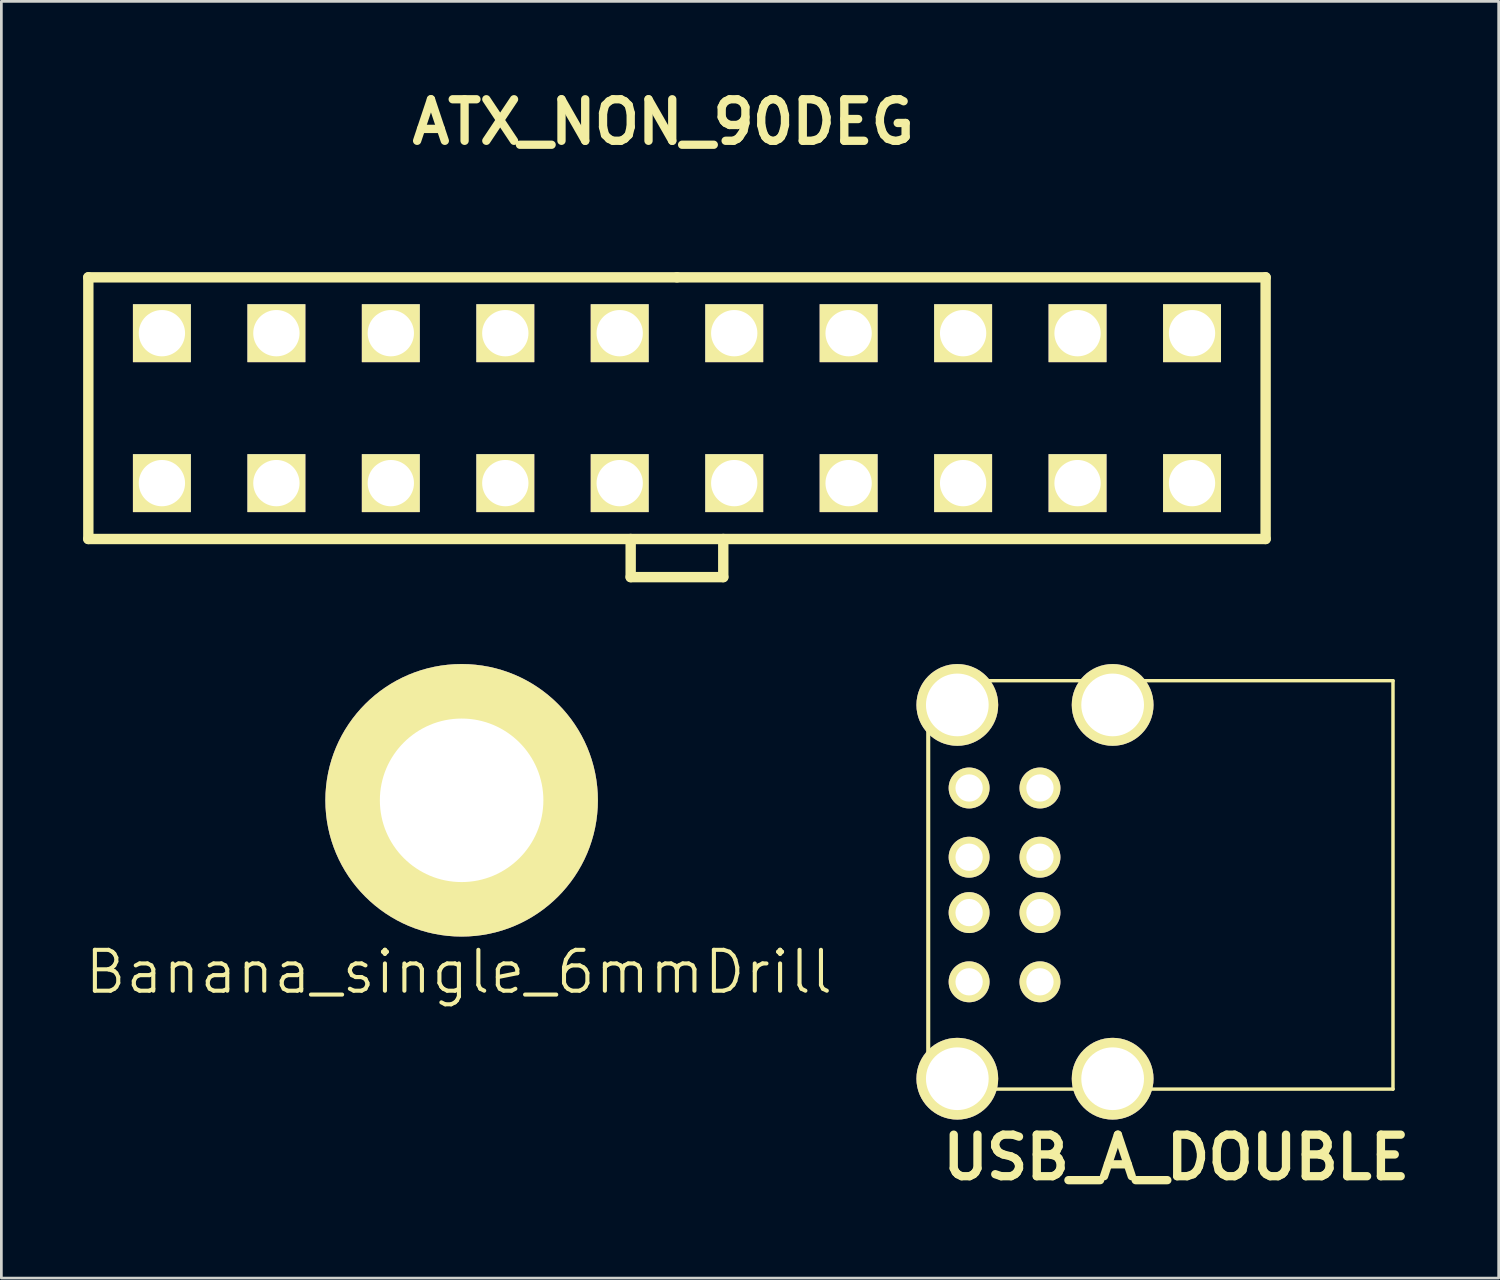
<source format=kicad_pcb>
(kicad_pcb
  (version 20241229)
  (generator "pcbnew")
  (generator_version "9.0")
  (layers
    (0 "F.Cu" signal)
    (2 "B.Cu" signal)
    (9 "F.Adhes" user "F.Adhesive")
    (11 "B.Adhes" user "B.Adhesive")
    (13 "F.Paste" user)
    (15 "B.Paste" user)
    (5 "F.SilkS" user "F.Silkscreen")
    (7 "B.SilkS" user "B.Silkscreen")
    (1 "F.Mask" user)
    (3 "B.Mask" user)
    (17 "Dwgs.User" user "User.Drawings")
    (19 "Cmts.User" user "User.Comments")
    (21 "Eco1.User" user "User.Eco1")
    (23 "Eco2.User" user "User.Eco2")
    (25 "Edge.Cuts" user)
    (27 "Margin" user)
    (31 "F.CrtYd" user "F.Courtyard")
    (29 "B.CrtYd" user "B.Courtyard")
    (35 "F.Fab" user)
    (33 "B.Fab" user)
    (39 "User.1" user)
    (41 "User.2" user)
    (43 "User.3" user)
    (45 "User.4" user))
  (footprint "ATX_NON_90DEG"
    (layer "F.Cu")
    (at 21.791 11.927)
    (property "Reference" "ATX_NON_90DEG" (at -0.5 -10.5 0) (layer "F.SilkS") (effects (font (size 1.524 1.524) (thickness 0.305))))
    (attr through_hole)
    (fp_line (start -21.6 -4.801) (end 0 -4.801) (stroke (width 0.381) (type solid)) (layer "F.SilkS"))
    (fp_line (start -21.6 4.801) (end -21.6 -4.801) (stroke (width 0.381) (type solid)) (layer "F.SilkS"))
    (fp_line (start -1.699 6.2) (end -1.699 4.801) (stroke (width 0.381) (type solid)) (layer "F.SilkS"))
    (fp_line (start 0 -4.801) (end 21.6 -4.801) (stroke (width 0.381) (type solid)) (layer "F.SilkS"))
    (fp_line (start 1.699 4.801) (end 1.699 6.2) (stroke (width 0.381) (type solid)) (layer "F.SilkS"))
    (fp_line (start 1.699 6.2) (end -1.699 6.2) (stroke (width 0.381) (type solid)) (layer "F.SilkS"))
    (fp_line (start 21.6 -4.801) (end 21.6 4.801) (stroke (width 0.381) (type solid)) (layer "F.SilkS"))
    (fp_line (start 21.6 4.801) (end -21.6 4.801) (stroke (width 0.381) (type solid)) (layer "F.SilkS"))
    (pad "1" thru_hole rect (at -18.9 -2.751 180) (size 2.126 2.126) (drill 1.699) (layers "*.Cu" "*.Mask" "F.SilkS"))
    (pad "2" thru_hole rect (at -18.9 2.751 180) (size 2.126 2.126) (drill 1.699) (layers "*.Cu" "*.Mask" "F.SilkS"))
    (pad "3" thru_hole rect (at -14.699 -2.751 180) (size 2.126 2.126) (drill 1.699) (layers "*.Cu" "*.Mask" "F.SilkS"))
    (pad "4" thru_hole rect (at -14.699 2.751 180) (size 2.126 2.126) (drill 1.699) (layers "*.Cu" "*.Mask" "F.SilkS"))
    (pad "5" thru_hole rect (at -10.5 -2.751 180) (size 2.126 2.126) (drill 1.699) (layers "*.Cu" "*.Mask" "F.SilkS"))
    (pad "6" thru_hole rect (at -10.5 2.751 180) (size 2.126 2.126) (drill 1.699) (layers "*.Cu" "*.Mask" "F.SilkS"))
    (pad "7" thru_hole rect (at -6.299 -2.751 180) (size 2.126 2.126) (drill 1.699) (layers "*.Cu" "*.Mask" "F.SilkS"))
    (pad "8" thru_hole rect (at -6.299 2.751 180) (size 2.126 2.126) (drill 1.699) (layers "*.Cu" "*.Mask" "F.SilkS"))
    (pad "9" thru_hole rect (at -2.101 -2.751 180) (size 2.126 2.126) (drill 1.699) (layers "*.Cu" "*.Mask" "F.SilkS"))
    (pad "10" thru_hole rect (at -2.101 2.751 180) (size 2.126 2.126) (drill 1.699) (layers "*.Cu" "*.Mask" "F.SilkS"))
    (pad "11" thru_hole rect (at 2.101 -2.751 180) (size 2.126 2.126) (drill 1.699) (layers "*.Cu" "*.Mask" "F.SilkS"))
    (pad "12" thru_hole rect (at 2.101 2.751 180) (size 2.126 2.126) (drill 1.699) (layers "*.Cu" "*.Mask" "F.SilkS"))
    (pad "13" thru_hole rect (at 6.299 -2.751 180) (size 2.126 2.126) (drill 1.699) (layers "*.Cu" "*.Mask" "F.SilkS"))
    (pad "14" thru_hole rect (at 6.299 2.751 180) (size 2.126 2.126) (drill 1.699) (layers "*.Cu" "*.Mask" "F.SilkS"))
    (pad "15" thru_hole rect (at 10.5 -2.751 180) (size 2.126 2.126) (drill 1.699) (layers "*.Cu" "*.Mask" "F.SilkS"))
    (pad "16" thru_hole rect (at 10.5 2.751 180) (size 2.126 2.126) (drill 1.699) (layers "*.Cu" "*.Mask" "F.SilkS"))
    (pad "17" thru_hole rect (at 14.699 -2.751 180) (size 2.126 2.126) (drill 1.699) (layers "*.Cu" "*.Mask" "F.SilkS"))
    (pad "18" thru_hole rect (at 14.699 2.751 180) (size 2.126 2.126) (drill 1.699) (layers "*.Cu" "*.Mask" "F.SilkS"))
    (pad "19" thru_hole rect (at 18.9 -2.751 180) (size 2.126 2.126) (drill 1.699) (layers "*.Cu" "*.Mask" "F.SilkS"))
    (pad "20" thru_hole rect (at 18.9 2.751 180) (size 2.126 2.126) (drill 1.699) (layers "*.Cu" "*.Mask" "F.SilkS")))
  (footprint "USB_A_DOUBLE"
    (layer "F.Cu")
    (at 35.111 29.421)
    (property "Reference" "USB_A_DOUBLE" (at 5 10 0) (layer "F.SilkS") (effects (font (size 1.524 1.524) (thickness 0.305))))
    (attr through_hole)
    (fp_line (start -4.1 -7.5) (end -4.1 7.5) (stroke (width 0.15) (type solid)) (layer "F.SilkS"))
    (fp_line (start -4.046 -7.493) (end 12.954 -7.493) (stroke (width 0.127) (type solid)) (layer "F.SilkS"))
    (fp_line (start 12.954 -7.493) (end 12.954 7.493) (stroke (width 0.127) (type solid)) (layer "F.SilkS"))
    (fp_line (start 12.954 7.493) (end -4.046 7.493) (stroke (width 0.127) (type solid)) (layer "F.SilkS"))
    (pad "1" thru_hole circle (at -2.6 3.556) (size 1.501 1.501) (drill 1.001) (layers "*.Cu" "*.Mask" "F.SilkS"))
    (pad "1" thru_hole circle (at 0 3.556) (size 1.501 1.501) (drill 1.001) (layers "*.Cu" "*.Mask" "F.SilkS"))
    (pad "2" thru_hole circle (at -2.6 1.016) (size 1.501 1.501) (drill 1.001) (layers "*.Cu" "*.Mask" "F.SilkS"))
    (pad "2" thru_hole circle (at 0 1.016) (size 1.501 1.501) (drill 1.001) (layers "*.Cu" "*.Mask" "F.SilkS"))
    (pad "3" thru_hole circle (at -2.6 -1.016) (size 1.501 1.501) (drill 1.001) (layers "*.Cu" "*.Mask" "F.SilkS"))
    (pad "3" thru_hole circle (at 0 -1.016) (size 1.501 1.501) (drill 1.001) (layers "*.Cu" "*.Mask" "F.SilkS"))
    (pad "4" thru_hole circle (at -2.6 -3.556) (size 1.501 1.501) (drill 1.001) (layers "*.Cu" "*.Mask" "F.SilkS"))
    (pad "4" thru_hole circle (at 0 -3.556) (size 1.501 1.501) (drill 1.001) (layers "*.Cu" "*.Mask" "F.SilkS"))
    (pad "5" thru_hole circle (at -3.033 -6.604) (size 3 3) (drill 2.301) (layers "*.Cu" "*.Mask" "F.SilkS"))
    (pad "5" thru_hole circle (at 2.667 -6.604) (size 3 3) (drill 2.301) (layers "*.Cu" "*.Mask" "F.SilkS"))
    (pad "6" thru_hole circle (at -3.033 7.112) (size 3 3) (drill 2.301) (layers "*.Cu" "*.Mask" "F.SilkS"))
    (pad "6" thru_hole circle (at 2.667 7.112) (size 3 3) (drill 2.301) (layers "*.Cu" "*.Mask" "F.SilkS")))
  (footprint "Banana_single_6mmDrill"
    (layer "F.Cu")
    (at 13.889 26.317)
    (property "Reference" "Banana_single_6mmDrill" (at -0.1 6.3 0) (layer "F.SilkS") (effects (font (size 1.5 1.5) (thickness 0.15))))
    (attr through_hole)
    (pad "1" thru_hole circle (at 0 0) (size 10 10) (drill 6) (layers "*.Cu" "*.Mask" "F.SilkS")))
  (gr_rect
    (start -3 -3)
    (end 51.943 43.848)
    (stroke (width 0.1) (type default))
    (fill no)
    (layer "Edge.Cuts")))
</source>
